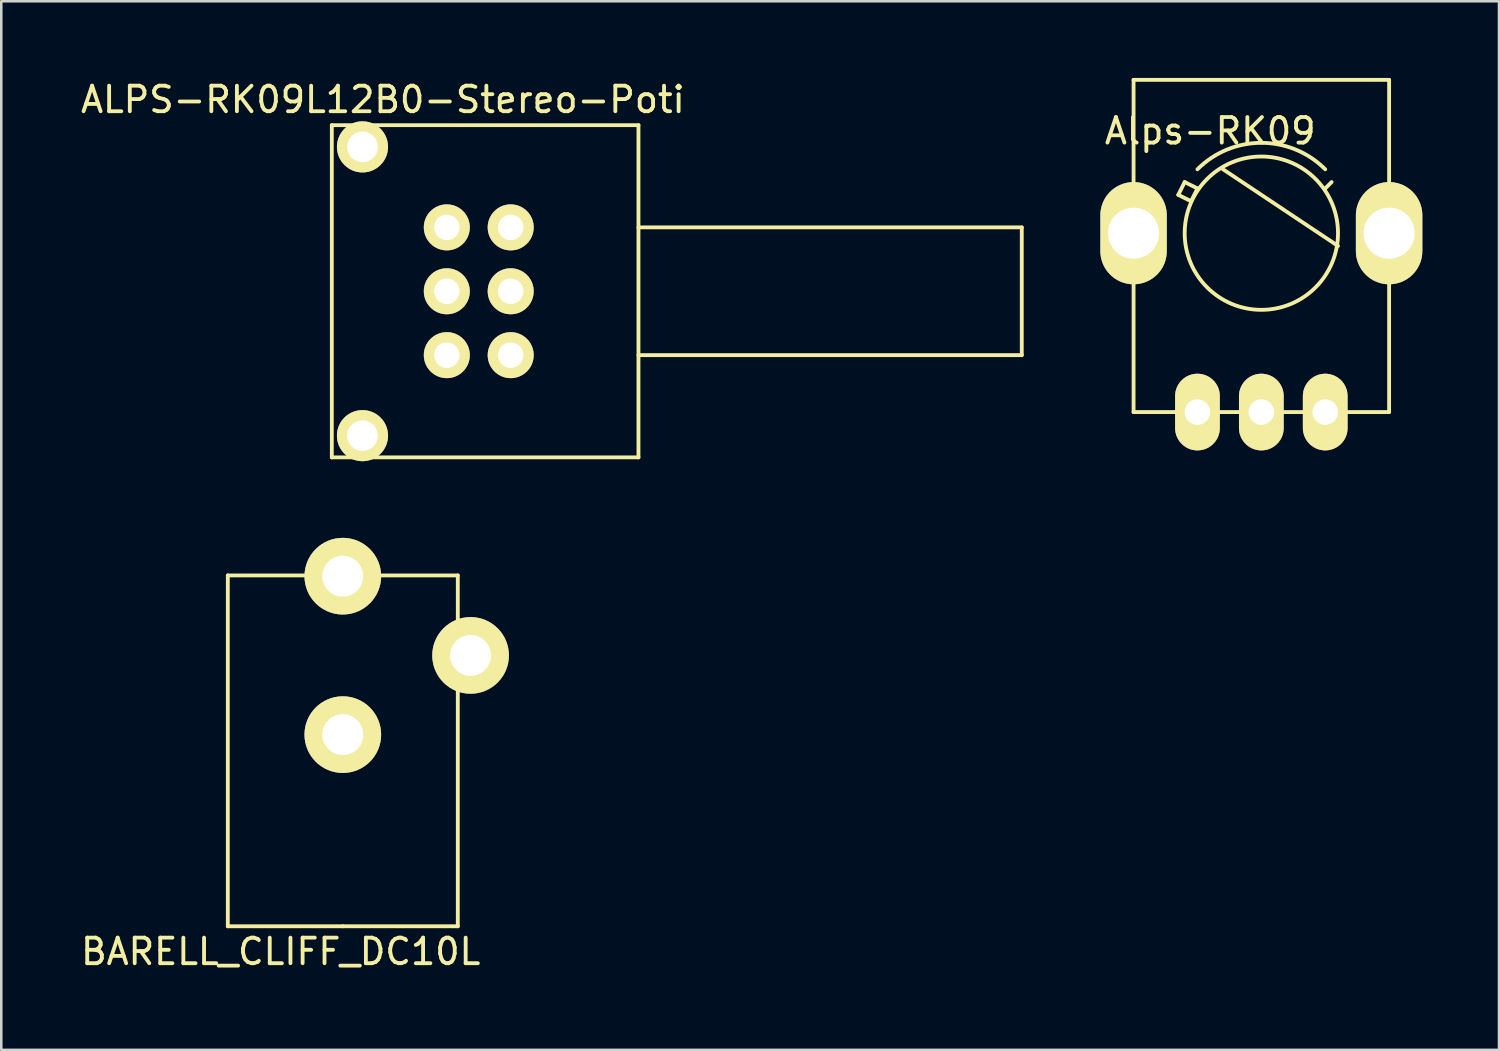
<source format=kicad_pcb>
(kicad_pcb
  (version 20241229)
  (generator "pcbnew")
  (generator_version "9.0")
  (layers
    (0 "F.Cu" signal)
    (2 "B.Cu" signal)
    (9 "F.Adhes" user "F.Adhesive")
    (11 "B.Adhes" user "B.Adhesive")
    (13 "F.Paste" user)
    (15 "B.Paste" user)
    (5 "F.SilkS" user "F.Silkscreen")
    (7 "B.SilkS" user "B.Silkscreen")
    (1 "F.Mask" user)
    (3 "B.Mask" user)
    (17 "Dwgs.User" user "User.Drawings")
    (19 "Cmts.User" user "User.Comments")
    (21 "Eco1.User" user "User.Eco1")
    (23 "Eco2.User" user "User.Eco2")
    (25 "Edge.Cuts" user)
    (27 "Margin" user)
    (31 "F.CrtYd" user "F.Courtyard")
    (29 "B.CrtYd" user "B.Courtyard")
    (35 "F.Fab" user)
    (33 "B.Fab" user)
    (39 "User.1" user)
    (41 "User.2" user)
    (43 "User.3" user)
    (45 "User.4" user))
  (footprint "ALPS-RK09L12B0-Stereo-Poti"
    (layer "F.Cu")
    (at 14.435 10.848)
    (property "Reference" "ALPS-RK09L12B0-Stereo-Poti" (at -2.5 -10 0) (layer "F.SilkS") (effects (font (size 1 1) (thickness 0.15))))
    (attr through_hole)
    (fp_line (start -4.5 -9) (end -4.5 4) (stroke (width 0.15) (type solid)) (layer "F.SilkS"))
    (fp_line (start -4.5 4) (end 7.5 4) (stroke (width 0.15) (type solid)) (layer "F.SilkS"))
    (fp_line (start 7.5 -9) (end -4.5 -9) (stroke (width 0.15) (type solid)) (layer "F.SilkS"))
    (fp_line (start 7.5 0) (end 22.5 0) (stroke (width 0.15) (type solid)) (layer "F.SilkS"))
    (fp_line (start 7.5 4) (end 7.5 -9) (stroke (width 0.15) (type solid)) (layer "F.SilkS"))
    (fp_line (start 22.5 -5) (end 7.5 -5) (stroke (width 0.15) (type solid)) (layer "F.SilkS"))
    (fp_line (start 22.5 0) (end 22.5 -5) (stroke (width 0.15) (type solid)) (layer "F.SilkS"))
    (pad "1" thru_hole circle (at 0 0) (size 1.8 1.8) (drill 1) (layers "*.Cu" "*.Mask" "F.SilkS"))
    (pad "2" thru_hole circle (at 0 -2.5) (size 1.8 1.8) (drill 1) (layers "*.Cu" "*.Mask" "F.SilkS"))
    (pad "3" thru_hole circle (at 0 -5) (size 1.8 1.8) (drill 1) (layers "*.Cu" "*.Mask" "F.SilkS"))
    (pad "4" thru_hole circle (at 2.5 0) (size 1.8 1.8) (drill 1) (layers "*.Cu" "*.Mask" "F.SilkS"))
    (pad "5" thru_hole circle (at 2.5 -2.5) (size 1.8 1.8) (drill 1) (layers "*.Cu" "*.Mask" "F.SilkS"))
    (pad "6" thru_hole circle (at 2.5 -5) (size 1.8 1.8) (drill 1) (layers "*.Cu" "*.Mask" "F.SilkS"))
    (pad "~" thru_hole circle (at -3.3 -8.15) (size 2 2) (drill 1.2) (layers "*.Cu" "*.Mask" "F.SilkS"))
    (pad "~" thru_hole circle (at -3.3 3.15) (size 2 2) (drill 1.2) (layers "*.Cu" "*.Mask" "F.SilkS")))
  (footprint "BARELL_CLIFF_DC10L"
    (layer "F.Cu")
    (at 10.365 19.498)
    (property "Reference" "BARELL_CLIFF_DC10L" (at -2.43 14.69 0) (layer "F.SilkS") (effects (font (size 1 1) (thickness 0.15))))
    (attr through_hole)
    (fp_line (start -4.5 -0.03) (end -4.5 13.7) (stroke (width 0.15) (type solid)) (layer "F.SilkS"))
    (fp_line (start -4.5 13.7) (end 0 13.7) (stroke (width 0.15) (type solid)) (layer "F.SilkS"))
    (fp_line (start 0 13.7) (end 4.5 13.7) (stroke (width 0.15) (type solid)) (layer "F.SilkS"))
    (fp_line (start 4.5 -0.03) (end -4.5 -0.03) (stroke (width 0.15) (type solid)) (layer "F.SilkS"))
    (fp_line (start 4.5 13.7) (end 4.5 -0.03) (stroke (width 0.15) (type solid)) (layer "F.SilkS"))
    (pad "1" thru_hole circle (at 0 0) (size 3 3) (drill 1.6) (layers "*.Cu" "*.Mask" "F.SilkS"))
    (pad "2" thru_hole circle (at 5 3.1) (size 3 3) (drill 1.6) (layers "*.Cu" "*.Mask" "F.SilkS"))
    (pad "3" thru_hole circle (at 0 6.2) (size 3 3) (drill 1.6) (layers "*.Cu" "*.Mask" "F.SilkS")))
  (footprint "Alps-RK09"
    (layer "F.Cu")
    (at 46.31 13.075)
    (property "Reference" "Alps-RK09" (at -2 -11 0) (layer "F.SilkS") (effects (font (size 1 1) (thickness 0.15))))
    (attr through_hole)
    (fp_line (start -5 -13) (end -5 0) (stroke (width 0.15) (type solid)) (layer "F.SilkS"))
    (fp_line (start -5 0) (end 5 0) (stroke (width 0.15) (type solid)) (layer "F.SilkS"))
    (fp_line (start -3.25 -8.5) (end -3 -9) (stroke (width 0.15) (type solid)) (layer "F.SilkS"))
    (fp_line (start -3 -9) (end -2.5 -8.75) (stroke (width 0.15) (type solid)) (layer "F.SilkS"))
    (fp_line (start -2.75 -8.25) (end -3.25 -8.5) (stroke (width 0.15) (type solid)) (layer "F.SilkS"))
    (fp_line (start -2.5 -8.75) (end -2.75 -8.25) (stroke (width 0.15) (type solid)) (layer "F.SilkS"))
    (fp_line (start -1.5 -9.5) (end 3 -6.5) (stroke (width 0.15) (type solid)) (layer "F.SilkS"))
    (fp_line (start 2.5 -8.75) (end 2.75 -9) (stroke (width 0.15) (type solid)) (layer "F.SilkS"))
    (fp_line (start 5 -13) (end -5 -13) (stroke (width 0.15) (type solid)) (layer "F.SilkS"))
    (fp_line (start 5 -7) (end 5 -13) (stroke (width 0.15) (type solid)) (layer "F.SilkS"))
    (fp_line (start 5 0) (end 5 -7) (stroke (width 0.15) (type solid)) (layer "F.SilkS"))
    (fp_arc (start -2.5 -9.5) (mid 0 -10.535534) (end 2.5 -9.5) (stroke (width 0.15) (type solid)) (layer "F.SilkS"))
    (fp_circle (center 0 -7) (end 3 -7) (stroke (width 0.15) (type solid)) (fill no) (layer "F.SilkS"))
    (pad "1" thru_hole oval (at -2.5 0) (size 1.75 3) (drill 1) (layers "*.Cu" "*.Mask" "F.SilkS"))
    (pad "2" thru_hole oval (at 0 0) (size 1.75 3) (drill 1) (layers "*.Cu" "*.Mask" "F.SilkS"))
    (pad "3" thru_hole oval (at 2.5 0) (size 1.75 3) (drill 1) (layers "*.Cu" "*.Mask" "F.SilkS"))
    (pad "~" thru_hole oval (at -5 -7) (size 2.6 4) (drill 2) (layers "*.Cu" "*.Mask" "F.SilkS"))
    (pad "~" thru_hole oval (at 5 -7) (size 2.6 4) (drill 2) (layers "*.Cu" "*.Mask" "F.SilkS")))
  (gr_rect
    (start -3 -3)
    (end 55.61 38.036)
    (stroke (width 0.1) (type default))
    (fill no)
    (layer "Edge.Cuts")))
</source>
